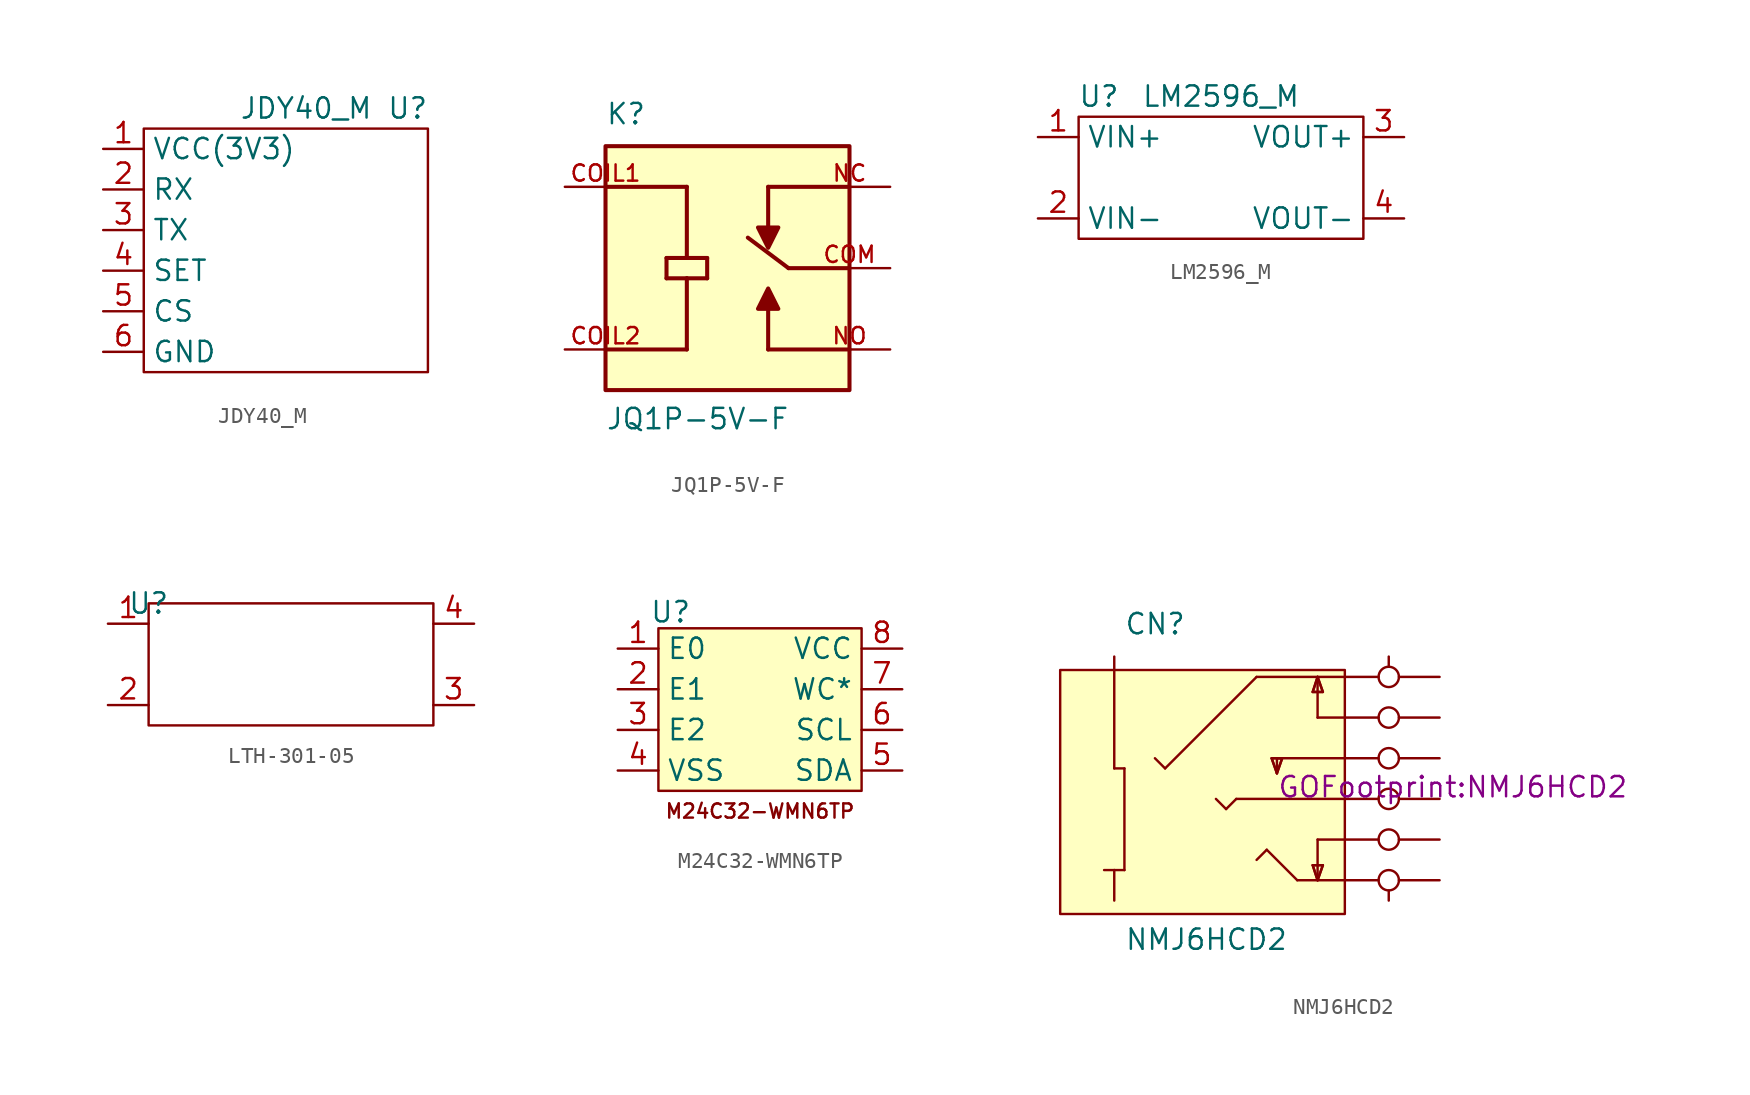
<source format=kicad_sym>
(kicad_symbol_lib
  (version 20241209)
  (generator "kicad_symbol_editor")
  (generator_version "9.0")
  (symbol "JDY40_M"
    (property "Reference" "U"
      (at 16.51 6.35 0)
      (effects (font (size 1.27 1.27))))
    (property "Value" "JDY40_M"
      (at 10.16 6.35 0)
      (effects (font (size 1.27 1.27))))
    (symbol "JDY40_M_0_1"
      (rectangle (start 0 5.08) (end 17.78 -10.16) (stroke (width 0) (type default)) (fill (type none))))
    (symbol "JDY40_M_1_1"
      (pin input line (at -2.54 3.81 0) (length 2.54) (name "VCC(3V3)" (effects (font (size 1.27 1.27)))) (number "1" (effects (font (size 1.27 1.27)))))
      (pin input line (at -2.54 1.27 0) (length 2.54) (name "RX" (effects (font (size 1.27 1.27)))) (number "2" (effects (font (size 1.27 1.27)))))
      (pin input line (at -2.54 -1.27 0) (length 2.54) (name "TX" (effects (font (size 1.27 1.27)))) (number "3" (effects (font (size 1.27 1.27)))))
      (pin input line (at -2.54 -3.81 0) (length 2.54) (name "SET" (effects (font (size 1.27 1.27)))) (number "4" (effects (font (size 1.27 1.27)))))
      (pin input line (at -2.54 -6.35 0) (length 2.54) (name "CS" (effects (font (size 1.27 1.27)))) (number "5" (effects (font (size 1.27 1.27)))))
      (pin input line (at -2.54 -8.89 0) (length 2.54) (name "GND" (effects (font (size 1.27 1.27)))) (number "6" (effects (font (size 1.27 1.27)))))))
  (symbol "JQ1P-5V-F"
    (pin_names
      (offset 1.016))
    (property "Reference" "K"
      (at -7.62 8.89 0)
      (effects (font (size 1.27 1.27)) (justify left bottom)))
    (property "Value" "JQ1P-5V-F"
      (at -7.62 -10.16 0)
      (effects (font (size 1.27 1.27)) (justify left bottom)))
    (symbol "JQ1P-5V-F_0_0"
      (polyline (pts (xy -7.62 5.08) (xy -2.54 5.08)) (stroke (width 0.254) (type default)) (fill (type none)))
      (polyline (pts (xy -7.62 -5.08) (xy -2.54 -5.08)) (stroke (width 0.254) (type default)) (fill (type none)))
      (rectangle (start -7.62 -7.62) (end 7.62 7.62) (stroke (width 0.254) (type default)) (fill (type background)))
      (polyline (pts (xy -3.81 0.635) (xy -2.54 0.635)) (stroke (width 0.254) (type default)) (fill (type none)))
      (polyline (pts (xy -3.81 -0.635) (xy -3.81 0.635)) (stroke (width 0.254) (type default)) (fill (type none)))
      (polyline (pts (xy -2.54 5.08) (xy -2.54 0.635)) (stroke (width 0.254) (type default)) (fill (type none)))
      (polyline (pts (xy -2.54 0.635) (xy -1.27 0.635)) (stroke (width 0.254) (type default)) (fill (type none)))
      (polyline (pts (xy -2.54 -0.635) (xy -3.81 -0.635)) (stroke (width 0.254) (type default)) (fill (type none)))
      (polyline (pts (xy -2.54 -0.635) (xy -2.54 -5.08)) (stroke (width 0.254) (type default)) (fill (type none)))
      (polyline (pts (xy -1.27 0.635) (xy -1.27 -0.635)) (stroke (width 0.254) (type default)) (fill (type none)))
      (polyline (pts (xy -1.27 -0.635) (xy -2.54 -0.635)) (stroke (width 0.254) (type default)) (fill (type none)))
      (polyline (pts (xy 1.905 -2.54) (xy 3.175 -2.54) (xy 2.54 -1.27) (xy 1.905 -2.54)) (stroke (width 0.254) (type default)) (fill (type outline)))
      (polyline (pts (xy 2.54 5.08) (xy 2.54 2.54)) (stroke (width 0.254) (type default)) (fill (type none)))
      (polyline (pts (xy 2.54 5.08) (xy 7.62 5.08)) (stroke (width 0.254) (type default)) (fill (type none)))
      (polyline (pts (xy 2.54 -5.08) (xy 2.54 -2.54)) (stroke (width 0.254) (type default)) (fill (type none)))
      (polyline (pts (xy 3.175 2.54) (xy 1.905 2.54) (xy 2.54 1.27) (xy 3.175 2.54)) (stroke (width 0.254) (type default)) (fill (type outline)))
      (polyline (pts (xy 3.81 0) (xy 1.27 1.905)) (stroke (width 0.254) (type default)) (fill (type none)))
      (polyline (pts (xy 7.62 0) (xy 3.81 0)) (stroke (width 0.254) (type default)) (fill (type none)))
      (polyline (pts (xy 7.62 -5.08) (xy 2.54 -5.08)) (stroke (width 0.254) (type default)) (fill (type none)))
      (pin passive line (at -10.16 5.08 0) (length 5.08) (name "~" (effects (font (size 1.016 1.016)))) (number "COIL1" (effects (font (size 1.016 1.016)))))
      (pin passive line (at -10.16 -5.08 0) (length 5.08) (name "~" (effects (font (size 1.016 1.016)))) (number "COIL2" (effects (font (size 1.016 1.016)))))
      (pin passive line (at 10.16 5.08 180) (length 5.08) (name "~" (effects (font (size 1.016 1.016)))) (number "NC" (effects (font (size 1.016 1.016)))))
      (pin passive line (at 10.16 0 180) (length 5.08) (name "~" (effects (font (size 1.016 1.016)))) (number "COM" (effects (font (size 1.016 1.016)))))
      (pin passive line (at 10.16 -5.08 180) (length 5.08) (name "~" (effects (font (size 1.016 1.016)))) (number "NO" (effects (font (size 1.016 1.016)))))))
  (symbol "LM2596_M"
    (property "Reference" "U"
      (at 1.27 8.89 0)
      (effects (font (size 1.27 1.27))))
    (property "Value" "LM2596_M"
      (at 8.89 8.89 0)
      (effects (font (size 1.27 1.27))))
    (symbol "LM2596_M_0_1"
      (rectangle (start 0 7.62) (end 17.78 0) (stroke (width 0.152) (type default)) (fill (type none))))
    (symbol "LM2596_M_1_1"
      (pin input line (at -2.54 6.35 0) (length 2.54) (name "VIN+" (effects (font (size 1.27 1.27)))) (number "1" (effects (font (size 1.27 1.27)))))
      (pin input line (at -2.54 1.27 0) (length 2.54) (name "VIN-" (effects (font (size 1.27 1.27)))) (number "2" (effects (font (size 1.27 1.27)))))
      (pin input line (at 20.32 6.35 180) (length 2.54) (name "VOUT+" (effects (font (size 1.27 1.27)))) (number "3" (effects (font (size 1.27 1.27)))))
      (pin input line (at 20.32 1.27 180) (length 2.54) (name "VOUT-" (effects (font (size 1.27 1.27)))) (number "4" (effects (font (size 1.27 1.27)))))))
  (symbol "LTH-301-05"
    (property "Reference" "U"
      (at 0 0 0)
      (effects (font (size 1.27 1.27))))
    (property "Value" ""
      (at 0 0 0)
      (effects (font (size 1.27 1.27))))
    (symbol "LTH-301-05_0_1"
      (rectangle (start 0 0) (end 17.78 -7.62) (stroke (width 0.152) (type default)) (fill (type none))))
    (symbol "LTH-301-05_1_1"
      (pin input line (at -2.54 -1.27 0) (length 2.54) (name "" (effects (font (size 1.27 1.27)))) (number "1" (effects (font (size 1.27 1.27)))))
      (pin input line (at -2.54 -6.35 0) (length 2.54) (name "" (effects (font (size 1.27 1.27)))) (number "2" (effects (font (size 1.27 1.27)))))
      (pin input line (at 20.32 -6.35 180) (length 2.54) (name "" (effects (font (size 1.27 1.27)))) (number "3" (effects (font (size 1.27 1.27)))))
      (pin input line (at 20.32 -1.27 180) (length 2.54) (name "" (effects (font (size 1.27 1.27)))) (number "4" (effects (font (size 1.27 1.27)))))))
  (symbol "M24C32-WMN6TP"
    (property "Reference" "U"
      (at 0.762 1.016 0)
      (effects (font (size 1.27 1.27))))
    (symbol "M24C32-WMN6TP_0_1"
      (rectangle (start 0 0) (end 12.7 -10.16) (stroke (width 0.152) (type default)) (fill (type background))))
    (symbol "M24C32-WMN6TP_1_1"
      (text "M24C32-WMN6TP" (at 6.35 -11.43 0) (effects (font (size 0.889 0.889))))
      (pin passive line (at -2.54 -1.27 0) (length 2.54) (name "E0" (effects (font (size 1.27 1.27)))) (number "1" (effects (font (size 1.27 1.27)))))
      (pin passive line (at -2.54 -3.81 0) (length 2.54) (name "E1" (effects (font (size 1.27 1.27)))) (number "2" (effects (font (size 1.27 1.27)))))
      (pin passive line (at -2.54 -6.35 0) (length 2.54) (name "E2" (effects (font (size 1.27 1.27)))) (number "3" (effects (font (size 1.27 1.27)))))
      (pin passive line (at -2.54 -8.89 0) (length 2.54) (name "VSS" (effects (font (size 1.27 1.27)))) (number "4" (effects (font (size 1.27 1.27)))))
      (pin passive line (at 15.24 -8.89 180) (length 2.54) (name "SDA" (effects (font (size 1.27 1.27)))) (number "5" (effects (font (size 1.27 1.27)))))
      (pin passive line (at 15.24 -6.35 180) (length 2.54) (name "SCL" (effects (font (size 1.27 1.27)))) (number "6" (effects (font (size 1.27 1.27)))))
      (pin passive line (at 15.24 -3.81 180) (length 2.54) (name "WC*" (effects (font (size 1.27 1.27)))) (number "7" (effects (font (size 1.27 1.27)))))
      (pin passive line (at 15.24 -1.27 180) (length 2.54) (name "VCC" (effects (font (size 1.27 1.27)))) (number "8" (effects (font (size 1.27 1.27)))))))
  (symbol "NMJ6HCD2"
    (pin_numbers
      (hide yes))
    (pin_names
      (offset 1.016)
      (hide yes))
    (property "Reference" "CN"
      (at -9.55 10.185 0)
      (effects (font (size 1.27 1.27)) (justify left bottom)))
    (property "Value" "NMJ6HCD2"
      (at -9.525 -9.525 0)
      (effects (font (size 1.27 1.27)) (justify left bottom)))
    (property "Footprint" "GOFootprint:NMJ6HCD2"
      (at 0 0 0)
      (effects (font (size 1.27 1.27)) (justify left bottom)))
    (symbol "NMJ6HCD2_0_0"
      (rectangle (start -13.538 -7.188) (end 4.242 8.052) (stroke (width 0.152) (type default)) (fill (type background)))
      (polyline (pts (xy -10.16 8.89) (xy -10.16 1.905)) (stroke (width 0.152) (type default)) (fill (type none)))
      (polyline (pts (xy -10.16 1.905) (xy -9.525 1.905)) (stroke (width 0.152) (type default)) (fill (type none)))
      (polyline (pts (xy -10.16 -4.445) (xy -10.795 -4.445)) (stroke (width 0.152) (type default)) (fill (type none)))
      (polyline (pts (xy -10.16 -6.35) (xy -10.16 -4.445)) (stroke (width 0.152) (type default)) (fill (type none)))
      (polyline (pts (xy -9.525 1.905) (xy -9.525 -4.445)) (stroke (width 0.152) (type default)) (fill (type none)))
      (polyline (pts (xy -9.525 -4.445) (xy -10.16 -4.445)) (stroke (width 0.152) (type default)) (fill (type none)))
      (polyline (pts (xy -6.985 1.905) (xy -7.62 2.54)) (stroke (width 0.152) (type default)) (fill (type none)))
      (polyline (pts (xy -3.175 -0.635) (xy -3.81 0)) (stroke (width 0.152) (type default)) (fill (type none)))
      (polyline (pts (xy -2.54 0) (xy -3.175 -0.635)) (stroke (width 0.152) (type default)) (fill (type none)))
      (polyline (pts (xy -1.27 7.62) (xy -6.985 1.905)) (stroke (width 0.152) (type default)) (fill (type none)))
      (polyline (pts (xy -0.635 -3.175) (xy -1.27 -3.81)) (stroke (width 0.152) (type default)) (fill (type none)))
      (polyline (pts (xy -0.33 2.54) (xy 0 1.6)) (stroke (width 0.152) (type default)) (fill (type none)))
      (polyline (pts (xy 0 2.54) (xy 0 1.6)) (stroke (width 0.152) (type default)) (fill (type none)))
      (polyline (pts (xy 0 1.6) (xy 0.33 2.54)) (stroke (width 0.152) (type default)) (fill (type none)))
      (polyline (pts (xy 0 1.6) (xy 0.33 2.54) (xy -0.33 2.54) (xy 0 1.6)) (stroke (width 0) (type default)) (fill (type background)))
      (polyline (pts (xy 0.33 2.54) (xy -0.33 2.54)) (stroke (width 0.152) (type default)) (fill (type none)))
      (polyline (pts (xy 1.27 -5.08) (xy -0.635 -3.175)) (stroke (width 0.152) (type default)) (fill (type none)))
      (polyline (pts (xy 2.235 6.68) (xy 2.87 6.68)) (stroke (width 0.152) (type default)) (fill (type none)))
      (polyline (pts (xy 2.235 -4.14) (xy 2.54 -5.08)) (stroke (width 0.152) (type default)) (fill (type none)))
      (polyline (pts (xy 2.54 7.62) (xy 2.235 6.68)) (stroke (width 0.152) (type default)) (fill (type none)))
      (polyline (pts (xy 2.54 7.62) (xy 2.235 6.68) (xy 2.87 6.68) (xy 2.54 7.62)) (stroke (width 0) (type default)) (fill (type background)))
      (polyline (pts (xy 2.54 5.08) (xy 2.54 7.62)) (stroke (width 0.152) (type default)) (fill (type none)))
      (polyline (pts (xy 2.54 -2.54) (xy 2.54 -5.08)) (stroke (width 0.152) (type default)) (fill (type none)))
      (polyline (pts (xy 2.54 -5.08) (xy 2.87 -4.14)) (stroke (width 0.152) (type default)) (fill (type none)))
      (polyline (pts (xy 2.54 -5.08) (xy 2.87 -4.14) (xy 2.235 -4.14) (xy 2.54 -5.08)) (stroke (width 0) (type default)) (fill (type background)))
      (polyline (pts (xy 2.87 6.68) (xy 2.54 7.62)) (stroke (width 0.152) (type default)) (fill (type none)))
      (polyline (pts (xy 2.87 -4.14) (xy 2.235 -4.14)) (stroke (width 0.152) (type default)) (fill (type none)))
      (polyline (pts (xy 6.35 7.62) (xy -1.27 7.62)) (stroke (width 0.152) (type default)) (fill (type none)))
      (polyline (pts (xy 6.35 5.08) (xy 2.54 5.08)) (stroke (width 0.152) (type default)) (fill (type none)))
      (polyline (pts (xy 6.35 2.54) (xy 0 2.54)) (stroke (width 0.152) (type default)) (fill (type none)))
      (polyline (pts (xy 6.35 0) (xy -2.54 0)) (stroke (width 0.152) (type default)) (fill (type none)))
      (polyline (pts (xy 6.35 -2.54) (xy 2.54 -2.54)) (stroke (width 0.152) (type default)) (fill (type none)))
      (polyline (pts (xy 6.35 -5.08) (xy 1.27 -5.08)) (stroke (width 0.152) (type default)) (fill (type none)))
      (polyline (pts (xy 6.985 8.255) (xy 6.985 8.89)) (stroke (width 0.152) (type default)) (fill (type none)))
      (circle (center 6.985 7.62) (radius 0.635) (stroke (width 0.152) (type default)) (fill (type none)))
      (circle (center 6.985 5.08) (radius 0.635) (stroke (width 0.152) (type default)) (fill (type none)))
      (circle (center 6.985 2.54) (radius 0.635) (stroke (width 0.152) (type default)) (fill (type none)))
      (circle (center 6.985 0) (radius 0.635) (stroke (width 0.152) (type default)) (fill (type none)))
      (circle (center 6.985 -2.54) (radius 0.635) (stroke (width 0.152) (type default)) (fill (type none)))
      (circle (center 6.985 -5.08) (radius 0.635) (stroke (width 0.152) (type default)) (fill (type none)))
      (polyline (pts (xy 6.985 -5.715) (xy 6.985 -6.35)) (stroke (width 0.152) (type default)) (fill (type none)))
      (pin passive line (at 10.16 7.62 180) (length 2.54) (name "~" (effects (font (size 1.016 1.016)))) (number "S" (effects (font (size 1.016 1.016)))))
      (pin passive line (at 10.16 5.08 180) (length 2.54) (name "~" (effects (font (size 1.016 1.016)))) (number "SN" (effects (font (size 1.016 1.016)))))
      (pin passive line (at 10.16 2.54 180) (length 2.54) (name "~" (effects (font (size 1.016 1.016)))) (number "RN" (effects (font (size 1.016 1.016)))))
      (pin passive line (at 10.16 0 180) (length 2.54) (name "~" (effects (font (size 1.016 1.016)))) (number "R" (effects (font (size 1.016 1.016)))))
      (pin passive line (at 10.16 -2.54 180) (length 2.54) (name "~" (effects (font (size 1.016 1.016)))) (number "TN" (effects (font (size 1.016 1.016)))))
      (pin passive line (at 10.16 -5.08 180) (length 2.54) (name "~" (effects (font (size 1.016 1.016)))) (number "T" (effects (font (size 1.016 1.016))))))))
</source>
